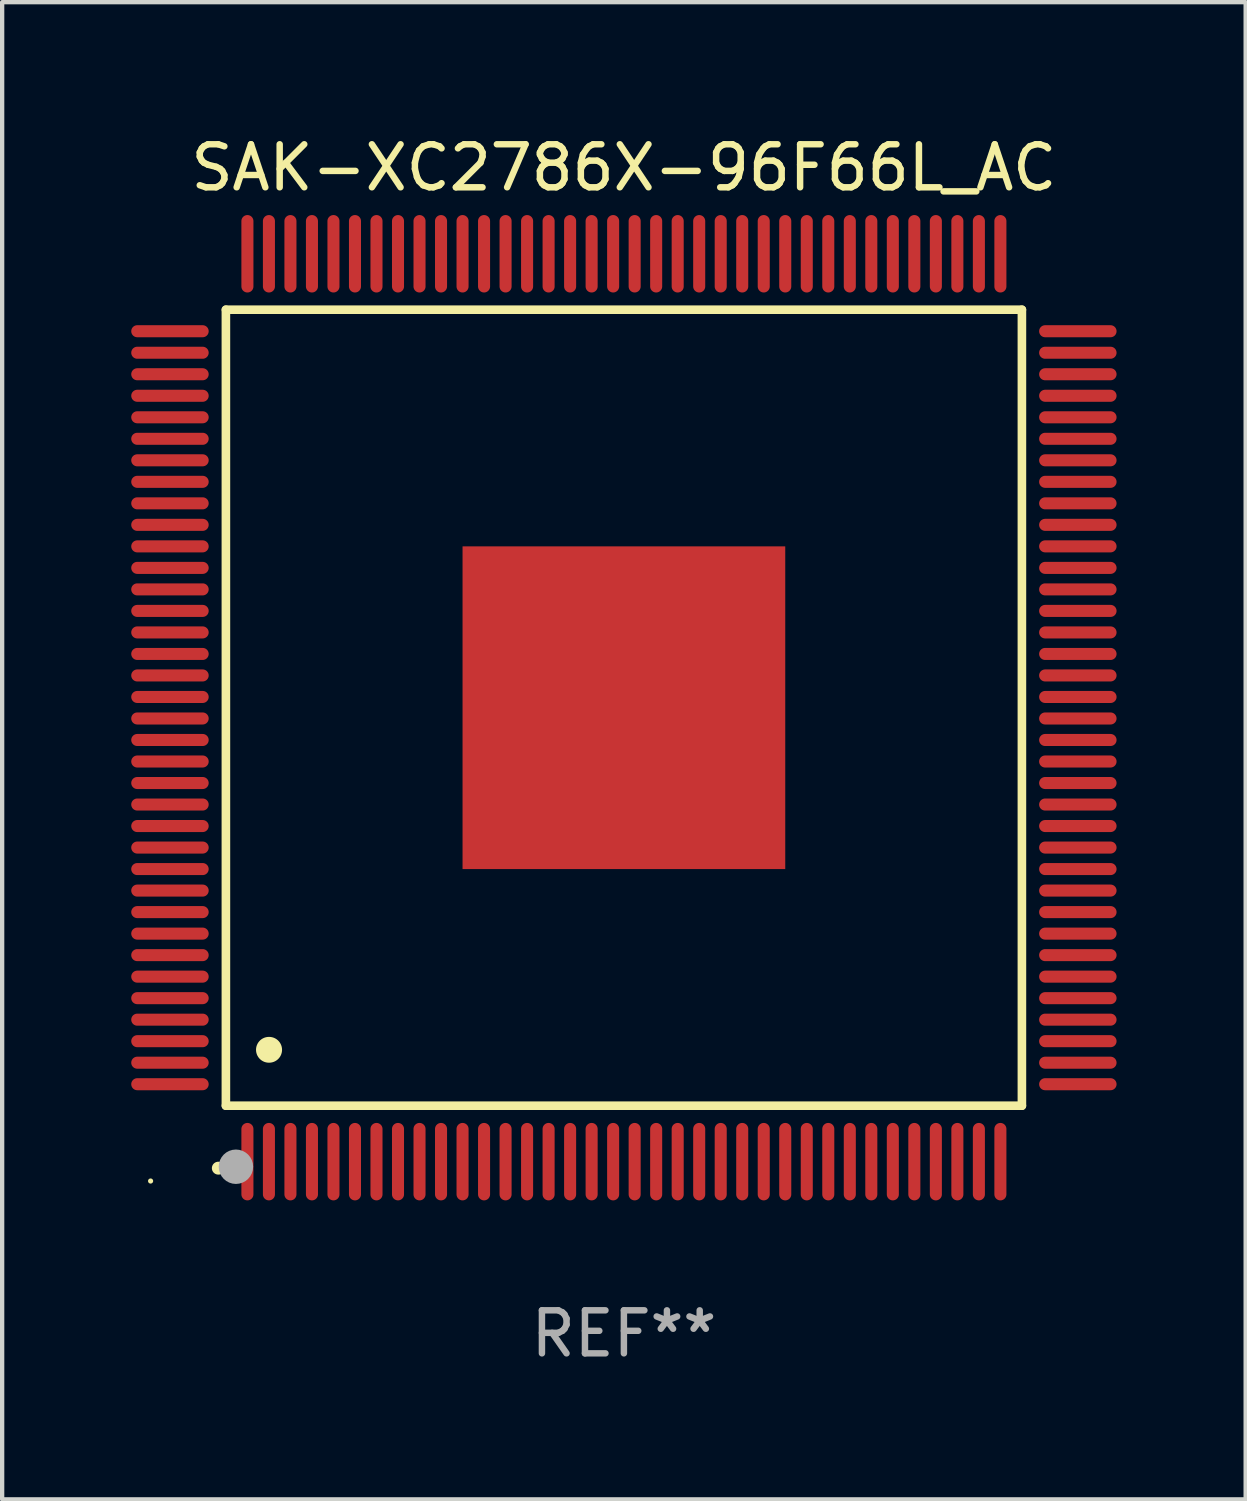
<source format=kicad_pcb>
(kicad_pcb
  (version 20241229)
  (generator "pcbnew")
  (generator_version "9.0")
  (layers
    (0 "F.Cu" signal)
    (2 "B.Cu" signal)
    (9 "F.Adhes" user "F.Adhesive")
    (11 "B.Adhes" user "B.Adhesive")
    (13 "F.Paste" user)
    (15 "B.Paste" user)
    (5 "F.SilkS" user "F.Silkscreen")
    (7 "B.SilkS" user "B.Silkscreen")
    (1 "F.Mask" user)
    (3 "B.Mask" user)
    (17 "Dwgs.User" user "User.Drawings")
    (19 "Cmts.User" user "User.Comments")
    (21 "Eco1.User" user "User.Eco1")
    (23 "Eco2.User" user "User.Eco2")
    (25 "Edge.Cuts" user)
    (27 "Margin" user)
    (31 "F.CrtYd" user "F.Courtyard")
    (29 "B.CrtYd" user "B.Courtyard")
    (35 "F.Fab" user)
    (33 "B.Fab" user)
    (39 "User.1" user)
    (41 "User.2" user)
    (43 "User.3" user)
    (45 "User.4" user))
  (footprint "SAK-XC2786X-96F66L_AC"
    (layer "F.Cu")
    (at 11.45 13.398)
    (property "Reference" "SAK-XC2786X-96F66L_AC" (at 0 -12.55 0) (layer "F.SilkS") (effects (font (size 1 1) (thickness 0.15))))
    (attr through_hole)
    (fp_line (start -9.25 -9.25) (end 9.25 -9.25) (stroke (width 0.2) (type solid)) (layer "F.SilkS"))
    (fp_line (start -9.25 9.25) (end -9.25 -9.25) (stroke (width 0.2) (type solid)) (layer "F.SilkS"))
    (fp_line (start 9.25 -9.25) (end 9.25 9.25) (stroke (width 0.2) (type solid)) (layer "F.SilkS"))
    (fp_line (start 9.25 9.25) (end -9.25 9.25) (stroke (width 0.2) (type solid)) (layer "F.SilkS"))
    (fp_arc (start -9.425959 10.701041) (mid -9.424689 10.701036) (end -9.423419 10.701041) (stroke (width 0.3) (type solid)) (layer "F.SilkS"))
    (fp_arc (start -8.249936 7.950216) (mid -8.247396 7.950205) (end -8.244856 7.950216) (stroke (width 0.6) (type solid)) (layer "F.SilkS"))
    (fp_circle (center -11 11) (end -10.97 11) (stroke (width 0.06) (type solid)) (fill no) (layer "F.SilkS"))
    (fp_circle (center -9.017 10.668) (end -8.817 10.668) (stroke (width 0.4) (type solid)) (fill no) (layer "F.Fab"))
    (fp_text user "REF**" (at 0 14.55 0) (layer "F.Fab") (effects (font (size 1 1) (thickness 0.15))))
    (pad "1" smd oval (at -8.75 10.55 180) (size 0.28 1.8) (layers "F.Cu" "F.Mask" "F.Paste"))
    (pad "2" smd oval (at -8.25 10.55 180) (size 0.28 1.8) (layers "F.Cu" "F.Mask" "F.Paste"))
    (pad "3" smd oval (at -7.75 10.55 180) (size 0.28 1.8) (layers "F.Cu" "F.Mask" "F.Paste"))
    (pad "4" smd oval (at -7.25 10.55 180) (size 0.28 1.8) (layers "F.Cu" "F.Mask" "F.Paste"))
    (pad "5" smd oval (at -6.75 10.55 180) (size 0.28 1.8) (layers "F.Cu" "F.Mask" "F.Paste"))
    (pad "6" smd oval (at -6.25 10.55 180) (size 0.28 1.8) (layers "F.Cu" "F.Mask" "F.Paste"))
    (pad "7" smd oval (at -5.75 10.55 180) (size 0.28 1.8) (layers "F.Cu" "F.Mask" "F.Paste"))
    (pad "8" smd oval (at -5.25 10.55 180) (size 0.28 1.8) (layers "F.Cu" "F.Mask" "F.Paste"))
    (pad "9" smd oval (at -4.75 10.55 180) (size 0.28 1.8) (layers "F.Cu" "F.Mask" "F.Paste"))
    (pad "10" smd oval (at -4.25 10.55 180) (size 0.28 1.8) (layers "F.Cu" "F.Mask" "F.Paste"))
    (pad "11" smd oval (at -3.75 10.55 180) (size 0.28 1.8) (layers "F.Cu" "F.Mask" "F.Paste"))
    (pad "12" smd oval (at -3.25 10.55 180) (size 0.28 1.8) (layers "F.Cu" "F.Mask" "F.Paste"))
    (pad "13" smd oval (at -2.75 10.55 180) (size 0.28 1.8) (layers "F.Cu" "F.Mask" "F.Paste"))
    (pad "14" smd oval (at -2.25 10.55 180) (size 0.28 1.8) (layers "F.Cu" "F.Mask" "F.Paste"))
    (pad "15" smd oval (at -1.75 10.55 180) (size 0.28 1.8) (layers "F.Cu" "F.Mask" "F.Paste"))
    (pad "16" smd oval (at -1.25 10.55 180) (size 0.28 1.8) (layers "F.Cu" "F.Mask" "F.Paste"))
    (pad "17" smd oval (at -0.75 10.55 180) (size 0.28 1.8) (layers "F.Cu" "F.Mask" "F.Paste"))
    (pad "18" smd oval (at -0.25 10.55 180) (size 0.28 1.8) (layers "F.Cu" "F.Mask" "F.Paste"))
    (pad "19" smd oval (at 0.25 10.55 180) (size 0.28 1.8) (layers "F.Cu" "F.Mask" "F.Paste"))
    (pad "20" smd oval (at 0.75 10.55 180) (size 0.28 1.8) (layers "F.Cu" "F.Mask" "F.Paste"))
    (pad "21" smd oval (at 1.25 10.55 180) (size 0.28 1.8) (layers "F.Cu" "F.Mask" "F.Paste"))
    (pad "22" smd oval (at 1.75 10.55 180) (size 0.28 1.8) (layers "F.Cu" "F.Mask" "F.Paste"))
    (pad "23" smd oval (at 2.25 10.55 180) (size 0.28 1.8) (layers "F.Cu" "F.Mask" "F.Paste"))
    (pad "24" smd oval (at 2.75 10.55 180) (size 0.28 1.8) (layers "F.Cu" "F.Mask" "F.Paste"))
    (pad "25" smd oval (at 3.25 10.55 180) (size 0.28 1.8) (layers "F.Cu" "F.Mask" "F.Paste"))
    (pad "26" smd oval (at 3.75 10.55 180) (size 0.28 1.8) (layers "F.Cu" "F.Mask" "F.Paste"))
    (pad "27" smd oval (at 4.25 10.55 180) (size 0.28 1.8) (layers "F.Cu" "F.Mask" "F.Paste"))
    (pad "28" smd oval (at 4.75 10.55 180) (size 0.28 1.8) (layers "F.Cu" "F.Mask" "F.Paste"))
    (pad "29" smd oval (at 5.25 10.55 180) (size 0.28 1.8) (layers "F.Cu" "F.Mask" "F.Paste"))
    (pad "30" smd oval (at 5.75 10.55 180) (size 0.28 1.8) (layers "F.Cu" "F.Mask" "F.Paste"))
    (pad "31" smd oval (at 6.25 10.55 180) (size 0.28 1.8) (layers "F.Cu" "F.Mask" "F.Paste"))
    (pad "32" smd oval (at 6.75 10.55 180) (size 0.28 1.8) (layers "F.Cu" "F.Mask" "F.Paste"))
    (pad "33" smd oval (at 7.25 10.55 180) (size 0.28 1.8) (layers "F.Cu" "F.Mask" "F.Paste"))
    (pad "34" smd oval (at 7.75 10.55 180) (size 0.28 1.8) (layers "F.Cu" "F.Mask" "F.Paste"))
    (pad "35" smd oval (at 8.25 10.55 180) (size 0.28 1.8) (layers "F.Cu" "F.Mask" "F.Paste"))
    (pad "36" smd oval (at 8.75 10.55 180) (size 0.28 1.8) (layers "F.Cu" "F.Mask" "F.Paste"))
    (pad "37" smd oval (at 10.55 8.75 90) (size 0.28 1.8) (layers "F.Cu" "F.Mask" "F.Paste"))
    (pad "38" smd oval (at 10.55 8.25 90) (size 0.28 1.8) (layers "F.Cu" "F.Mask" "F.Paste"))
    (pad "39" smd oval (at 10.55 7.75 90) (size 0.28 1.8) (layers "F.Cu" "F.Mask" "F.Paste"))
    (pad "40" smd oval (at 10.55 7.25 90) (size 0.28 1.8) (layers "F.Cu" "F.Mask" "F.Paste"))
    (pad "41" smd oval (at 10.55 6.75 90) (size 0.28 1.8) (layers "F.Cu" "F.Mask" "F.Paste"))
    (pad "42" smd oval (at 10.55 6.25 90) (size 0.28 1.8) (layers "F.Cu" "F.Mask" "F.Paste"))
    (pad "43" smd oval (at 10.55 5.75 90) (size 0.28 1.8) (layers "F.Cu" "F.Mask" "F.Paste"))
    (pad "44" smd oval (at 10.55 5.25 90) (size 0.28 1.8) (layers "F.Cu" "F.Mask" "F.Paste"))
    (pad "45" smd oval (at 10.55 4.75 90) (size 0.28 1.8) (layers "F.Cu" "F.Mask" "F.Paste"))
    (pad "46" smd oval (at 10.55 4.25 90) (size 0.28 1.8) (layers "F.Cu" "F.Mask" "F.Paste"))
    (pad "47" smd oval (at 10.55 3.75 90) (size 0.28 1.8) (layers "F.Cu" "F.Mask" "F.Paste"))
    (pad "48" smd oval (at 10.55 3.25 90) (size 0.28 1.8) (layers "F.Cu" "F.Mask" "F.Paste"))
    (pad "49" smd oval (at 10.55 2.75 90) (size 0.28 1.8) (layers "F.Cu" "F.Mask" "F.Paste"))
    (pad "50" smd oval (at 10.55 2.25 90) (size 0.28 1.8) (layers "F.Cu" "F.Mask" "F.Paste"))
    (pad "51" smd oval (at 10.55 1.75 90) (size 0.28 1.8) (layers "F.Cu" "F.Mask" "F.Paste"))
    (pad "52" smd oval (at 10.55 1.25 90) (size 0.28 1.8) (layers "F.Cu" "F.Mask" "F.Paste"))
    (pad "53" smd oval (at 10.55 0.75 90) (size 0.28 1.8) (layers "F.Cu" "F.Mask" "F.Paste"))
    (pad "54" smd oval (at 10.55 0.25 90) (size 0.28 1.8) (layers "F.Cu" "F.Mask" "F.Paste"))
    (pad "55" smd oval (at 10.55 -0.25 90) (size 0.28 1.8) (layers "F.Cu" "F.Mask" "F.Paste"))
    (pad "56" smd oval (at 10.55 -0.75 90) (size 0.28 1.8) (layers "F.Cu" "F.Mask" "F.Paste"))
    (pad "57" smd oval (at 10.55 -1.25 90) (size 0.28 1.8) (layers "F.Cu" "F.Mask" "F.Paste"))
    (pad "58" smd oval (at 10.55 -1.75 90) (size 0.28 1.8) (layers "F.Cu" "F.Mask" "F.Paste"))
    (pad "59" smd oval (at 10.55 -2.25 90) (size 0.28 1.8) (layers "F.Cu" "F.Mask" "F.Paste"))
    (pad "60" smd oval (at 10.55 -2.75 90) (size 0.28 1.8) (layers "F.Cu" "F.Mask" "F.Paste"))
    (pad "61" smd oval (at 10.55 -3.25 90) (size 0.28 1.8) (layers "F.Cu" "F.Mask" "F.Paste"))
    (pad "62" smd oval (at 10.55 -3.75 90) (size 0.28 1.8) (layers "F.Cu" "F.Mask" "F.Paste"))
    (pad "63" smd oval (at 10.55 -4.25 90) (size 0.28 1.8) (layers "F.Cu" "F.Mask" "F.Paste"))
    (pad "64" smd oval (at 10.55 -4.75 90) (size 0.28 1.8) (layers "F.Cu" "F.Mask" "F.Paste"))
    (pad "65" smd oval (at 10.55 -5.25 90) (size 0.28 1.8) (layers "F.Cu" "F.Mask" "F.Paste"))
    (pad "66" smd oval (at 10.55 -5.75 90) (size 0.28 1.8) (layers "F.Cu" "F.Mask" "F.Paste"))
    (pad "67" smd oval (at 10.55 -6.25 90) (size 0.28 1.8) (layers "F.Cu" "F.Mask" "F.Paste"))
    (pad "68" smd oval (at 10.55 -6.75 90) (size 0.28 1.8) (layers "F.Cu" "F.Mask" "F.Paste"))
    (pad "69" smd oval (at 10.55 -7.25 90) (size 0.28 1.8) (layers "F.Cu" "F.Mask" "F.Paste"))
    (pad "70" smd oval (at 10.55 -7.75 90) (size 0.28 1.8) (layers "F.Cu" "F.Mask" "F.Paste"))
    (pad "71" smd oval (at 10.55 -8.25 90) (size 0.28 1.8) (layers "F.Cu" "F.Mask" "F.Paste"))
    (pad "72" smd oval (at 10.55 -8.75 90) (size 0.28 1.8) (layers "F.Cu" "F.Mask" "F.Paste"))
    (pad "73" smd oval (at 8.75 -10.55 180) (size 0.28 1.8) (layers "F.Cu" "F.Mask" "F.Paste"))
    (pad "74" smd oval (at 8.25 -10.55 180) (size 0.28 1.8) (layers "F.Cu" "F.Mask" "F.Paste"))
    (pad "75" smd oval (at 7.75 -10.55 180) (size 0.28 1.8) (layers "F.Cu" "F.Mask" "F.Paste"))
    (pad "76" smd oval (at 7.25 -10.55 180) (size 0.28 1.8) (layers "F.Cu" "F.Mask" "F.Paste"))
    (pad "77" smd oval (at 6.75 -10.55 180) (size 0.28 1.8) (layers "F.Cu" "F.Mask" "F.Paste"))
    (pad "78" smd oval (at 6.25 -10.55 180) (size 0.28 1.8) (layers "F.Cu" "F.Mask" "F.Paste"))
    (pad "79" smd oval (at 5.75 -10.55 180) (size 0.28 1.8) (layers "F.Cu" "F.Mask" "F.Paste"))
    (pad "80" smd oval (at 5.25 -10.55 180) (size 0.28 1.8) (layers "F.Cu" "F.Mask" "F.Paste"))
    (pad "81" smd oval (at 4.75 -10.55 180) (size 0.28 1.8) (layers "F.Cu" "F.Mask" "F.Paste"))
    (pad "82" smd oval (at 4.25 -10.55 180) (size 0.28 1.8) (layers "F.Cu" "F.Mask" "F.Paste"))
    (pad "83" smd oval (at 3.75 -10.55 180) (size 0.28 1.8) (layers "F.Cu" "F.Mask" "F.Paste"))
    (pad "84" smd oval (at 3.25 -10.55 180) (size 0.28 1.8) (layers "F.Cu" "F.Mask" "F.Paste"))
    (pad "85" smd oval (at 2.75 -10.55 180) (size 0.28 1.8) (layers "F.Cu" "F.Mask" "F.Paste"))
    (pad "86" smd oval (at 2.25 -10.55 180) (size 0.28 1.8) (layers "F.Cu" "F.Mask" "F.Paste"))
    (pad "87" smd oval (at 1.75 -10.55 180) (size 0.28 1.8) (layers "F.Cu" "F.Mask" "F.Paste"))
    (pad "88" smd oval (at 1.25 -10.55 180) (size 0.28 1.8) (layers "F.Cu" "F.Mask" "F.Paste"))
    (pad "89" smd oval (at 0.75 -10.55 180) (size 0.28 1.8) (layers "F.Cu" "F.Mask" "F.Paste"))
    (pad "90" smd oval (at 0.25 -10.55 180) (size 0.28 1.8) (layers "F.Cu" "F.Mask" "F.Paste"))
    (pad "91" smd oval (at -0.25 -10.55 180) (size 0.28 1.8) (layers "F.Cu" "F.Mask" "F.Paste"))
    (pad "92" smd oval (at -0.75 -10.55 180) (size 0.28 1.8) (layers "F.Cu" "F.Mask" "F.Paste"))
    (pad "93" smd oval (at -1.25 -10.55 180) (size 0.28 1.8) (layers "F.Cu" "F.Mask" "F.Paste"))
    (pad "94" smd oval (at -1.75 -10.55 180) (size 0.28 1.8) (layers "F.Cu" "F.Mask" "F.Paste"))
    (pad "95" smd oval (at -2.25 -10.55 180) (size 0.28 1.8) (layers "F.Cu" "F.Mask" "F.Paste"))
    (pad "96" smd oval (at -2.75 -10.55 180) (size 0.28 1.8) (layers "F.Cu" "F.Mask" "F.Paste"))
    (pad "97" smd oval (at -3.25 -10.55 180) (size 0.28 1.8) (layers "F.Cu" "F.Mask" "F.Paste"))
    (pad "98" smd oval (at -3.75 -10.55 180) (size 0.28 1.8) (layers "F.Cu" "F.Mask" "F.Paste"))
    (pad "99" smd oval (at -4.25 -10.55 180) (size 0.28 1.8) (layers "F.Cu" "F.Mask" "F.Paste"))
    (pad "100" smd oval (at -4.75 -10.55 180) (size 0.28 1.8) (layers "F.Cu" "F.Mask" "F.Paste"))
    (pad "101" smd oval (at -5.25 -10.55 180) (size 0.28 1.8) (layers "F.Cu" "F.Mask" "F.Paste"))
    (pad "102" smd oval (at -5.75 -10.55 180) (size 0.28 1.8) (layers "F.Cu" "F.Mask" "F.Paste"))
    (pad "103" smd oval (at -6.25 -10.55 180) (size 0.28 1.8) (layers "F.Cu" "F.Mask" "F.Paste"))
    (pad "104" smd oval (at -6.75 -10.55 180) (size 0.28 1.8) (layers "F.Cu" "F.Mask" "F.Paste"))
    (pad "105" smd oval (at -7.25 -10.55 180) (size 0.28 1.8) (layers "F.Cu" "F.Mask" "F.Paste"))
    (pad "106" smd oval (at -7.75 -10.55 180) (size 0.28 1.8) (layers "F.Cu" "F.Mask" "F.Paste"))
    (pad "107" smd oval (at -8.25 -10.55 180) (size 0.28 1.8) (layers "F.Cu" "F.Mask" "F.Paste"))
    (pad "108" smd oval (at -8.75 -10.55 180) (size 0.28 1.8) (layers "F.Cu" "F.Mask" "F.Paste"))
    (pad "109" smd oval (at -10.55 -8.75 90) (size 0.28 1.8) (layers "F.Cu" "F.Mask" "F.Paste"))
    (pad "110" smd oval (at -10.55 -8.25 90) (size 0.28 1.8) (layers "F.Cu" "F.Mask" "F.Paste"))
    (pad "111" smd oval (at -10.55 -7.75 90) (size 0.28 1.8) (layers "F.Cu" "F.Mask" "F.Paste"))
    (pad "112" smd oval (at -10.55 -7.25 90) (size 0.28 1.8) (layers "F.Cu" "F.Mask" "F.Paste"))
    (pad "113" smd oval (at -10.55 -6.75 90) (size 0.28 1.8) (layers "F.Cu" "F.Mask" "F.Paste"))
    (pad "114" smd oval (at -10.55 -6.25 90) (size 0.28 1.8) (layers "F.Cu" "F.Mask" "F.Paste"))
    (pad "115" smd oval (at -10.55 -5.75 90) (size 0.28 1.8) (layers "F.Cu" "F.Mask" "F.Paste"))
    (pad "116" smd oval (at -10.55 -5.25 90) (size 0.28 1.8) (layers "F.Cu" "F.Mask" "F.Paste"))
    (pad "117" smd oval (at -10.55 -4.75 90) (size 0.28 1.8) (layers "F.Cu" "F.Mask" "F.Paste"))
    (pad "118" smd oval (at -10.55 -4.25 90) (size 0.28 1.8) (layers "F.Cu" "F.Mask" "F.Paste"))
    (pad "119" smd oval (at -10.55 -3.75 90) (size 0.28 1.8) (layers "F.Cu" "F.Mask" "F.Paste"))
    (pad "120" smd oval (at -10.55 -3.25 90) (size 0.28 1.8) (layers "F.Cu" "F.Mask" "F.Paste"))
    (pad "121" smd oval (at -10.55 -2.75 90) (size 0.28 1.8) (layers "F.Cu" "F.Mask" "F.Paste"))
    (pad "122" smd oval (at -10.55 -2.25 90) (size 0.28 1.8) (layers "F.Cu" "F.Mask" "F.Paste"))
    (pad "123" smd oval (at -10.55 -1.75 90) (size 0.28 1.8) (layers "F.Cu" "F.Mask" "F.Paste"))
    (pad "124" smd oval (at -10.55 -1.25 90) (size 0.28 1.8) (layers "F.Cu" "F.Mask" "F.Paste"))
    (pad "125" smd oval (at -10.55 -0.75 90) (size 0.28 1.8) (layers "F.Cu" "F.Mask" "F.Paste"))
    (pad "126" smd oval (at -10.55 -0.25 90) (size 0.28 1.8) (layers "F.Cu" "F.Mask" "F.Paste"))
    (pad "127" smd oval (at -10.55 0.25 90) (size 0.28 1.8) (layers "F.Cu" "F.Mask" "F.Paste"))
    (pad "128" smd oval (at -10.55 0.75 90) (size 0.28 1.8) (layers "F.Cu" "F.Mask" "F.Paste"))
    (pad "129" smd oval (at -10.55 1.25 90) (size 0.28 1.8) (layers "F.Cu" "F.Mask" "F.Paste"))
    (pad "130" smd oval (at -10.55 1.75 90) (size 0.28 1.8) (layers "F.Cu" "F.Mask" "F.Paste"))
    (pad "131" smd oval (at -10.55 2.25 90) (size 0.28 1.8) (layers "F.Cu" "F.Mask" "F.Paste"))
    (pad "132" smd oval (at -10.55 2.75 90) (size 0.28 1.8) (layers "F.Cu" "F.Mask" "F.Paste"))
    (pad "133" smd oval (at -10.55 3.25 90) (size 0.28 1.8) (layers "F.Cu" "F.Mask" "F.Paste"))
    (pad "134" smd oval (at -10.55 3.75 90) (size 0.28 1.8) (layers "F.Cu" "F.Mask" "F.Paste"))
    (pad "135" smd oval (at -10.55 4.25 90) (size 0.28 1.8) (layers "F.Cu" "F.Mask" "F.Paste"))
    (pad "136" smd oval (at -10.55 4.75 90) (size 0.28 1.8) (layers "F.Cu" "F.Mask" "F.Paste"))
    (pad "137" smd oval (at -10.55 5.25 90) (size 0.28 1.8) (layers "F.Cu" "F.Mask" "F.Paste"))
    (pad "138" smd oval (at -10.55 5.75 90) (size 0.28 1.8) (layers "F.Cu" "F.Mask" "F.Paste"))
    (pad "139" smd oval (at -10.55 6.25 90) (size 0.28 1.8) (layers "F.Cu" "F.Mask" "F.Paste"))
    (pad "140" smd oval (at -10.55 6.75 90) (size 0.28 1.8) (layers "F.Cu" "F.Mask" "F.Paste"))
    (pad "141" smd oval (at -10.55 7.25 90) (size 0.28 1.8) (layers "F.Cu" "F.Mask" "F.Paste"))
    (pad "142" smd oval (at -10.55 7.75 90) (size 0.28 1.8) (layers "F.Cu" "F.Mask" "F.Paste"))
    (pad "143" smd oval (at -10.55 8.25 90) (size 0.28 1.8) (layers "F.Cu" "F.Mask" "F.Paste"))
    (pad "144" smd oval (at -10.55 8.75 90) (size 0.28 1.8) (layers "F.Cu" "F.Mask" "F.Paste"))
    (pad "145" smd rect (at 0 0 90) (size 7.5 7.5) (layers "F.Cu" "F.Mask" "F.Paste")))
  (gr_rect
    (start -3 -3)
    (end 25.9 31.796)
    (stroke (width 0.1) (type default))
    (fill no)
    (layer "Edge.Cuts")))
</source>
